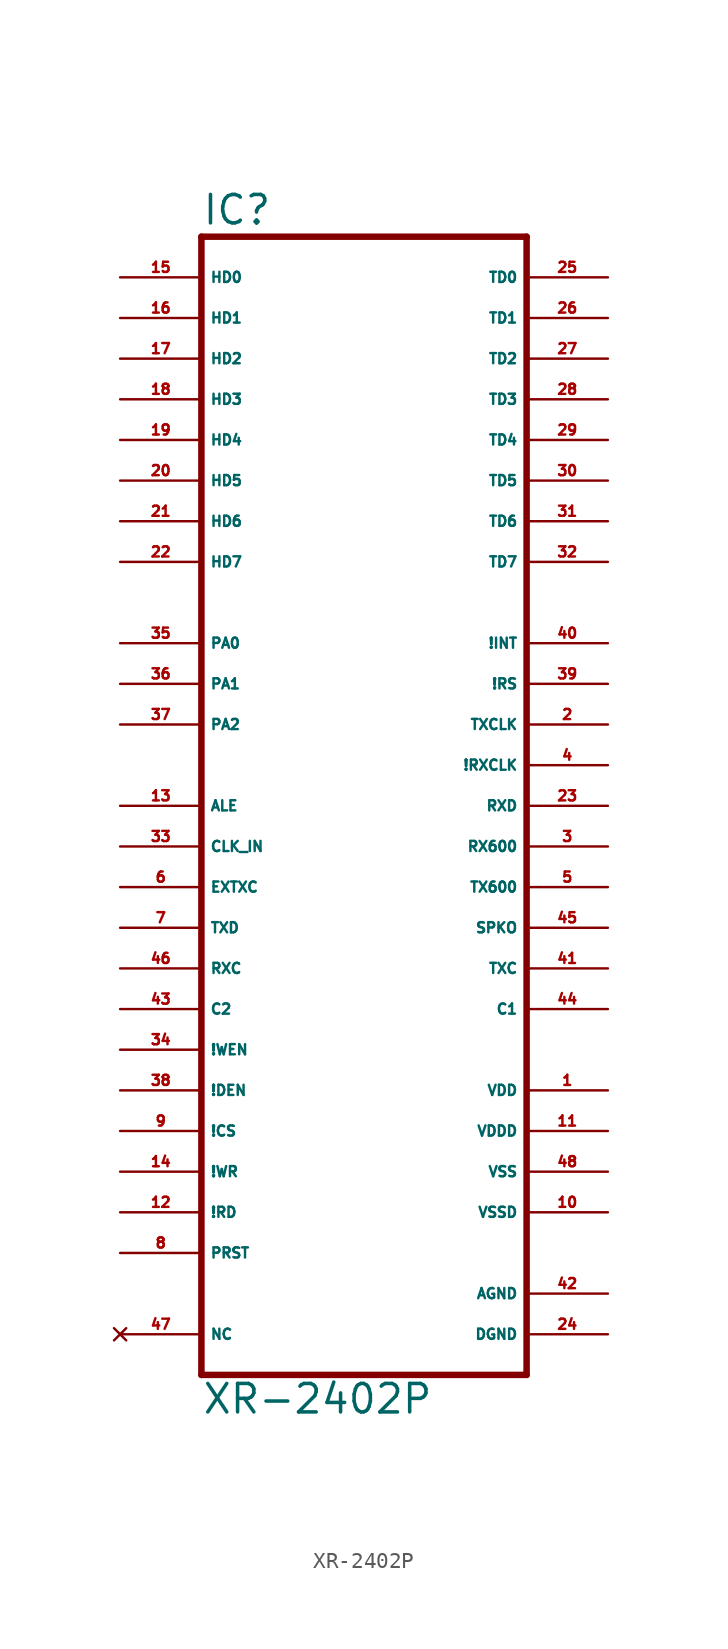
<source format=kicad_sym>
(kicad_symbol_lib
  (version 20220914)
  (generator Eagle2Kicad)
  (symbol "XR-2402P"
    (property "Reference" "IC"
      (at -10.16 36.195 0)
      (effects (font (size 1.778 1.778) (thickness 0.22)) (justify left bottom)))
    (property "Value" "XR-2402P"
      (at -10.16 -38.1 0)
      (effects (font (size 1.778 1.778) (thickness 0.22)) (justify left bottom)))
    (polyline
      (pts (xy -10.16 -35.56) (xy 10.16 -35.56))
      (stroke (width 0.406) (type default))
      (fill (type none)))
    (polyline
      (pts (xy 10.16 -35.56) (xy 10.16 35.56))
      (stroke (width 0.406) (type default))
      (fill (type none)))
    (polyline
      (pts (xy 10.16 35.56) (xy -10.16 35.56))
      (stroke (width 0.406) (type default))
      (fill (type none)))
    (polyline
      (pts (xy -10.16 35.56) (xy -10.16 -35.56))
      (stroke (width 0.406) (type default))
      (fill (type none)))
    (pin bidirectional line
      (at -15.24 33.02 0)
      (length 5.08)
      (name "HD0" (effects (font (size 0.635 0.635) (thickness 0.08)) (justify left bottom)))
      (number "15" (effects (font (size 0.635 0.635) (thickness 0.08)) (justify left bottom))))
    (pin bidirectional line
      (at -15.24 30.48 0)
      (length 5.08)
      (name "HD1" (effects (font (size 0.635 0.635) (thickness 0.08)) (justify left bottom)))
      (number "16" (effects (font (size 0.635 0.635) (thickness 0.08)) (justify left bottom))))
    (pin bidirectional line
      (at -15.24 27.94 0)
      (length 5.08)
      (name "HD2" (effects (font (size 0.635 0.635) (thickness 0.08)) (justify left bottom)))
      (number "17" (effects (font (size 0.635 0.635) (thickness 0.08)) (justify left bottom))))
    (pin bidirectional line
      (at -15.24 25.4 0)
      (length 5.08)
      (name "HD3" (effects (font (size 0.635 0.635) (thickness 0.08)) (justify left bottom)))
      (number "18" (effects (font (size 0.635 0.635) (thickness 0.08)) (justify left bottom))))
    (pin bidirectional line
      (at -15.24 22.86 0)
      (length 5.08)
      (name "HD4" (effects (font (size 0.635 0.635) (thickness 0.08)) (justify left bottom)))
      (number "19" (effects (font (size 0.635 0.635) (thickness 0.08)) (justify left bottom))))
    (pin bidirectional line
      (at -15.24 20.32 0)
      (length 5.08)
      (name "HD5" (effects (font (size 0.635 0.635) (thickness 0.08)) (justify left bottom)))
      (number "20" (effects (font (size 0.635 0.635) (thickness 0.08)) (justify left bottom))))
    (pin bidirectional line
      (at -15.24 17.78 0)
      (length 5.08)
      (name "HD6" (effects (font (size 0.635 0.635) (thickness 0.08)) (justify left bottom)))
      (number "21" (effects (font (size 0.635 0.635) (thickness 0.08)) (justify left bottom))))
    (pin bidirectional line
      (at -15.24 15.24 0)
      (length 5.08)
      (name "HD7" (effects (font (size 0.635 0.635) (thickness 0.08)) (justify left bottom)))
      (number "22" (effects (font (size 0.635 0.635) (thickness 0.08)) (justify left bottom))))
    (pin bidirectional line
      (at 15.24 33.02 180)
      (length 5.08)
      (name "TD0" (effects (font (size 0.635 0.635) (thickness 0.08)) (justify left bottom)))
      (number "25" (effects (font (size 0.635 0.635) (thickness 0.08)) (justify left bottom))))
    (pin bidirectional line
      (at 15.24 30.48 180)
      (length 5.08)
      (name "TD1" (effects (font (size 0.635 0.635) (thickness 0.08)) (justify left bottom)))
      (number "26" (effects (font (size 0.635 0.635) (thickness 0.08)) (justify left bottom))))
    (pin bidirectional line
      (at 15.24 27.94 180)
      (length 5.08)
      (name "TD2" (effects (font (size 0.635 0.635) (thickness 0.08)) (justify left bottom)))
      (number "27" (effects (font (size 0.635 0.635) (thickness 0.08)) (justify left bottom))))
    (pin bidirectional line
      (at 15.24 25.4 180)
      (length 5.08)
      (name "TD3" (effects (font (size 0.635 0.635) (thickness 0.08)) (justify left bottom)))
      (number "28" (effects (font (size 0.635 0.635) (thickness 0.08)) (justify left bottom))))
    (pin bidirectional line
      (at 15.24 22.86 180)
      (length 5.08)
      (name "TD4" (effects (font (size 0.635 0.635) (thickness 0.08)) (justify left bottom)))
      (number "29" (effects (font (size 0.635 0.635) (thickness 0.08)) (justify left bottom))))
    (pin bidirectional line
      (at 15.24 20.32 180)
      (length 5.08)
      (name "TD5" (effects (font (size 0.635 0.635) (thickness 0.08)) (justify left bottom)))
      (number "30" (effects (font (size 0.635 0.635) (thickness 0.08)) (justify left bottom))))
    (pin bidirectional line
      (at 15.24 17.78 180)
      (length 5.08)
      (name "TD6" (effects (font (size 0.635 0.635) (thickness 0.08)) (justify left bottom)))
      (number "31" (effects (font (size 0.635 0.635) (thickness 0.08)) (justify left bottom))))
    (pin bidirectional line
      (at 15.24 15.24 180)
      (length 5.08)
      (name "TD7" (effects (font (size 0.635 0.635) (thickness 0.08)) (justify left bottom)))
      (number "32" (effects (font (size 0.635 0.635) (thickness 0.08)) (justify left bottom))))
    (pin input line
      (at -15.24 0 0)
      (length 5.08)
      (name "ALE" (effects (font (size 0.635 0.635) (thickness 0.08)) (justify left bottom)))
      (number "13" (effects (font (size 0.635 0.635) (thickness 0.08)) (justify left bottom))))
    (pin input line
      (at -15.24 -2.54 0)
      (length 5.08)
      (name "CLK_IN" (effects (font (size 0.635 0.635) (thickness 0.08)) (justify left bottom)))
      (number "33" (effects (font (size 0.635 0.635) (thickness 0.08)) (justify left bottom))))
    (pin input line
      (at -15.24 -5.08 0)
      (length 5.08)
      (name "EXTXC" (effects (font (size 0.635 0.635) (thickness 0.08)) (justify left bottom)))
      (number "6" (effects (font (size 0.635 0.635) (thickness 0.08)) (justify left bottom))))
    (pin input line
      (at -15.24 -7.62 0)
      (length 5.08)
      (name "TXD" (effects (font (size 0.635 0.635) (thickness 0.08)) (justify left bottom)))
      (number "7" (effects (font (size 0.635 0.635) (thickness 0.08)) (justify left bottom))))
    (pin input line
      (at -15.24 -10.16 0)
      (length 5.08)
      (name "RXC" (effects (font (size 0.635 0.635) (thickness 0.08)) (justify left bottom)))
      (number "46" (effects (font (size 0.635 0.635) (thickness 0.08)) (justify left bottom))))
    (pin input line
      (at -15.24 -12.7 0)
      (length 5.08)
      (name "C2" (effects (font (size 0.635 0.635) (thickness 0.08)) (justify left bottom)))
      (number "43" (effects (font (size 0.635 0.635) (thickness 0.08)) (justify left bottom))))
    (pin input line
      (at -15.24 -15.24 0)
      (length 5.08)
      (name "!WEN" (effects (font (size 0.635 0.635) (thickness 0.08)) (justify left bottom)))
      (number "34" (effects (font (size 0.635 0.635) (thickness 0.08)) (justify left bottom))))
    (pin input line
      (at -15.24 -17.78 0)
      (length 5.08)
      (name "!DEN" (effects (font (size 0.635 0.635) (thickness 0.08)) (justify left bottom)))
      (number "38" (effects (font (size 0.635 0.635) (thickness 0.08)) (justify left bottom))))
    (pin input line
      (at -15.24 -20.32 0)
      (length 5.08)
      (name "!CS" (effects (font (size 0.635 0.635) (thickness 0.08)) (justify left bottom)))
      (number "9" (effects (font (size 0.635 0.635) (thickness 0.08)) (justify left bottom))))
    (pin input line
      (at -15.24 -22.86 0)
      (length 5.08)
      (name "!WR" (effects (font (size 0.635 0.635) (thickness 0.08)) (justify left bottom)))
      (number "14" (effects (font (size 0.635 0.635) (thickness 0.08)) (justify left bottom))))
    (pin input line
      (at -15.24 -25.4 0)
      (length 5.08)
      (name "!RD" (effects (font (size 0.635 0.635) (thickness 0.08)) (justify left bottom)))
      (number "12" (effects (font (size 0.635 0.635) (thickness 0.08)) (justify left bottom))))
    (pin input line
      (at -15.24 -27.94 0)
      (length 5.08)
      (name "PRST" (effects (font (size 0.635 0.635) (thickness 0.08)) (justify left bottom)))
      (number "8" (effects (font (size 0.635 0.635) (thickness 0.08)) (justify left bottom))))
    (pin output line
      (at 15.24 10.16 180)
      (length 5.08)
      (name "!INT" (effects (font (size 0.635 0.635) (thickness 0.08)) (justify left bottom)))
      (number "40" (effects (font (size 0.635 0.635) (thickness 0.08)) (justify left bottom))))
    (pin output line
      (at 15.24 7.62 180)
      (length 5.08)
      (name "!RS" (effects (font (size 0.635 0.635) (thickness 0.08)) (justify left bottom)))
      (number "39" (effects (font (size 0.635 0.635) (thickness 0.08)) (justify left bottom))))
    (pin output line
      (at 15.24 5.08 180)
      (length 5.08)
      (name "TXCLK" (effects (font (size 0.635 0.635) (thickness 0.08)) (justify left bottom)))
      (number "2" (effects (font (size 0.635 0.635) (thickness 0.08)) (justify left bottom))))
    (pin output line
      (at 15.24 2.54 180)
      (length 5.08)
      (name "!RXCLK" (effects (font (size 0.635 0.635) (thickness 0.08)) (justify left bottom)))
      (number "4" (effects (font (size 0.635 0.635) (thickness 0.08)) (justify left bottom))))
    (pin output line
      (at 15.24 0 180)
      (length 5.08)
      (name "RXD" (effects (font (size 0.635 0.635) (thickness 0.08)) (justify left bottom)))
      (number "23" (effects (font (size 0.635 0.635) (thickness 0.08)) (justify left bottom))))
    (pin output line
      (at 15.24 -2.54 180)
      (length 5.08)
      (name "RX600" (effects (font (size 0.635 0.635) (thickness 0.08)) (justify left bottom)))
      (number "3" (effects (font (size 0.635 0.635) (thickness 0.08)) (justify left bottom))))
    (pin output line
      (at 15.24 -5.08 180)
      (length 5.08)
      (name "TX600" (effects (font (size 0.635 0.635) (thickness 0.08)) (justify left bottom)))
      (number "5" (effects (font (size 0.635 0.635) (thickness 0.08)) (justify left bottom))))
    (pin output line
      (at 15.24 -7.62 180)
      (length 5.08)
      (name "SPKO" (effects (font (size 0.635 0.635) (thickness 0.08)) (justify left bottom)))
      (number "45" (effects (font (size 0.635 0.635) (thickness 0.08)) (justify left bottom))))
    (pin output line
      (at 15.24 -10.16 180)
      (length 5.08)
      (name "TXC" (effects (font (size 0.635 0.635) (thickness 0.08)) (justify left bottom)))
      (number "41" (effects (font (size 0.635 0.635) (thickness 0.08)) (justify left bottom))))
    (pin output line
      (at 15.24 -12.7 180)
      (length 5.08)
      (name "C1" (effects (font (size 0.635 0.635) (thickness 0.08)) (justify left bottom)))
      (number "44" (effects (font (size 0.635 0.635) (thickness 0.08)) (justify left bottom))))
    (pin unspecified line
      (at 15.24 -17.78 180)
      (length 5.08)
      (name "VDD" (effects (font (size 0.635 0.635) (thickness 0.08)) (justify left bottom)))
      (number "1" (effects (font (size 0.635 0.635) (thickness 0.08)) (justify left bottom))))
    (pin unspecified line
      (at 15.24 -20.32 180)
      (length 5.08)
      (name "VDDD" (effects (font (size 0.635 0.635) (thickness 0.08)) (justify left bottom)))
      (number "11" (effects (font (size 0.635 0.635) (thickness 0.08)) (justify left bottom))))
    (pin unspecified line
      (at 15.24 -22.86 180)
      (length 5.08)
      (name "VSS" (effects (font (size 0.635 0.635) (thickness 0.08)) (justify left bottom)))
      (number "48" (effects (font (size 0.635 0.635) (thickness 0.08)) (justify left bottom))))
    (pin unspecified line
      (at 15.24 -25.4 180)
      (length 5.08)
      (name "VSSD" (effects (font (size 0.635 0.635) (thickness 0.08)) (justify left bottom)))
      (number "10" (effects (font (size 0.635 0.635) (thickness 0.08)) (justify left bottom))))
    (pin unspecified line
      (at 15.24 -30.48 180)
      (length 5.08)
      (name "AGND" (effects (font (size 0.635 0.635) (thickness 0.08)) (justify left bottom)))
      (number "42" (effects (font (size 0.635 0.635) (thickness 0.08)) (justify left bottom))))
    (pin unspecified line
      (at 15.24 -33.02 180)
      (length 5.08)
      (name "DGND" (effects (font (size 0.635 0.635) (thickness 0.08)) (justify left bottom)))
      (number "24" (effects (font (size 0.635 0.635) (thickness 0.08)) (justify left bottom))))
    (pin no_connect line
      (at -15.24 -33.02 0)
      (length 5.08)
      (name "NC" (effects (font (size 0.635 0.635) (thickness 0.08)) (justify left bottom) hide))
      (number "47" (effects (font (size 0.635 0.635) (thickness 0.08)) (justify left bottom) hide)))
    (pin input line
      (at -15.24 10.16 0)
      (length 5.08)
      (name "PA0" (effects (font (size 0.635 0.635) (thickness 0.08)) (justify left bottom)))
      (number "35" (effects (font (size 0.635 0.635) (thickness 0.08)) (justify left bottom))))
    (pin input line
      (at -15.24 7.62 0)
      (length 5.08)
      (name "PA1" (effects (font (size 0.635 0.635) (thickness 0.08)) (justify left bottom)))
      (number "36" (effects (font (size 0.635 0.635) (thickness 0.08)) (justify left bottom))))
    (pin input line
      (at -15.24 5.08 0)
      (length 5.08)
      (name "PA2" (effects (font (size 0.635 0.635) (thickness 0.08)) (justify left bottom)))
      (number "37" (effects (font (size 0.635 0.635) (thickness 0.08)) (justify left bottom))))))
</source>
